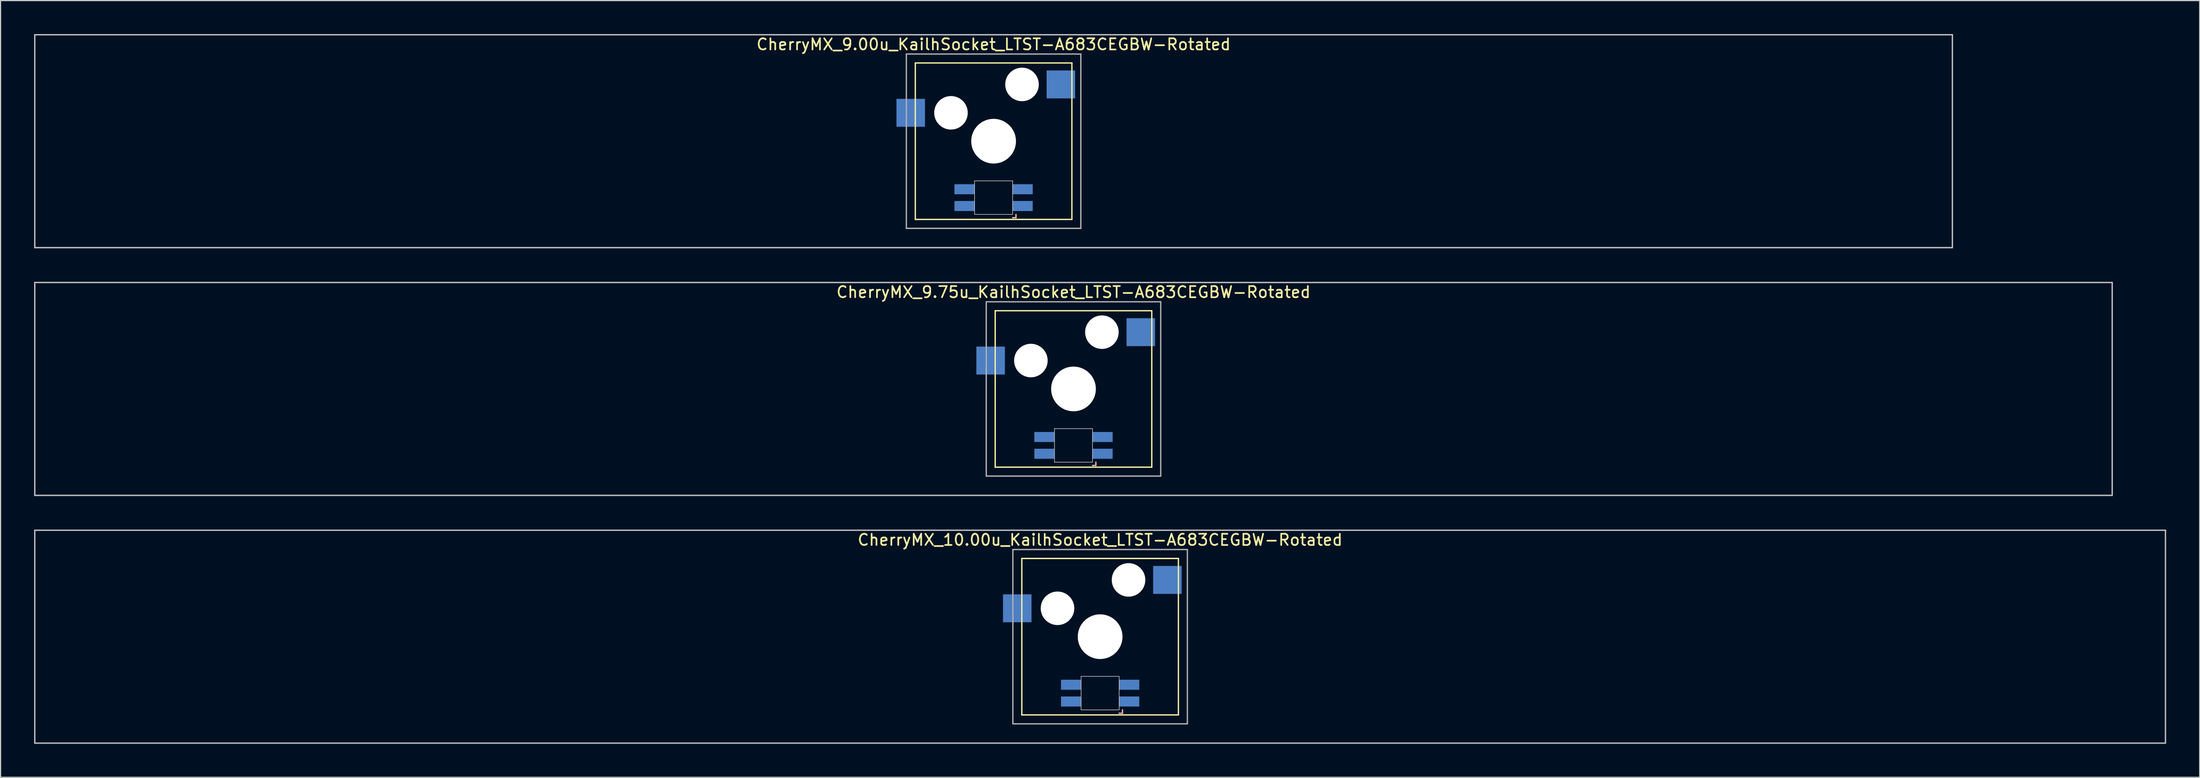
<source format=kicad_pcb>
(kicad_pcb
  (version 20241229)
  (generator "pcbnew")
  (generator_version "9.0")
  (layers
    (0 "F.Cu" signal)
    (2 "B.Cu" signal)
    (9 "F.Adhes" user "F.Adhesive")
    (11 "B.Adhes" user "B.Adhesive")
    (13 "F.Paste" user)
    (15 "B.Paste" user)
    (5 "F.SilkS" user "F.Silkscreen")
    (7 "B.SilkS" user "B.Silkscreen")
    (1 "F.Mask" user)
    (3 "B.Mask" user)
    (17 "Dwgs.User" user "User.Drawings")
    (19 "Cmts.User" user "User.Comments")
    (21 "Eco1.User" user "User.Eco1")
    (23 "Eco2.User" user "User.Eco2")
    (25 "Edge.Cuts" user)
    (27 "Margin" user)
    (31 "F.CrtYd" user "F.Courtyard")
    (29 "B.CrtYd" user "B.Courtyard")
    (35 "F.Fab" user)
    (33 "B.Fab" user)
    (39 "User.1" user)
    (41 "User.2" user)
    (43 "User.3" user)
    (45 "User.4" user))
  (footprint "CherryMX_10.00u_KailhSocket_LTST-A683CEGBW-Rotated"
    (layer "F.Cu")
    (at 95.31 53.925)
    (property "Reference" "CherryMX_10.00u_KailhSocket_LTST-A683CEGBW-Rotated" (at 0 -8.662 0) (layer "F.SilkS") (effects (font (size 1 1) (thickness 0.15))))
    (attr through_hole)
    (fp_line (start -7 -7) (end -7 7) (stroke (width 0.12) (type solid)) (layer "F.SilkS"))
    (fp_line (start -7 -7) (end 7 -7) (stroke (width 0.12) (type solid)) (layer "F.SilkS"))
    (fp_line (start 7 -7) (end 7 7) (stroke (width 0.12) (type solid)) (layer "F.SilkS"))
    (fp_line (start 7 7) (end -7 7) (stroke (width 0.12) (type solid)) (layer "F.SilkS"))
    (fp_line (start 1.7 6.85) (end 2 6.85) (stroke (width 0.12) (type solid)) (layer "B.SilkS"))
    (fp_line (start 2 6.85) (end 2 6.55) (stroke (width 0.12) (type solid)) (layer "B.SilkS"))
    (fp_line (start -95.25 -9.525) (end 95.25 -9.525) (stroke (width 0.12) (type solid)) (layer "Dwgs.User"))
    (fp_line (start -95.25 9.525) (end -95.25 -9.525) (stroke (width 0.12) (type solid)) (layer "Dwgs.User"))
    (fp_line (start 95.25 -9.525) (end 95.25 9.525) (stroke (width 0.12) (type solid)) (layer "Dwgs.User"))
    (fp_line (start 95.25 9.525) (end -95.25 9.525) (stroke (width 0.12) (type solid)) (layer "Dwgs.User"))
    (fp_line (start -1.7 3.55) (end 1.7 3.55) (stroke (width 0.05) (type solid)) (layer "Edge.Cuts"))
    (fp_line (start -1.7 6.55) (end -1.7 3.55) (stroke (width 0.05) (type solid)) (layer "Edge.Cuts"))
    (fp_line (start 1.7 3.55) (end 1.7 6.55) (stroke (width 0.05) (type solid)) (layer "Edge.Cuts"))
    (fp_line (start 1.7 6.55) (end -1.7 6.55) (stroke (width 0.05) (type solid)) (layer "Edge.Cuts"))
    (fp_line (start -7.8 -7.8) (end -7.8 7.8) (stroke (width 0.12) (type solid)) (layer "F.Fab"))
    (fp_line (start -7.8 -7.8) (end 7.8 -7.8) (stroke (width 0.12) (type solid)) (layer "F.Fab"))
    (fp_line (start -7.8 7.8) (end 7.8 7.8) (stroke (width 0.12) (type solid)) (layer "F.Fab"))
    (fp_line (start 7.8 -7.8) (end 7.8 7.8) (stroke (width 0.12) (type solid)) (layer "F.Fab"))
    (pad "" np_thru_hole circle (at -3.81 -2.54) (size 3 3) (drill 3) (layers "*.Cu" "*.Mask"))
    (pad "" np_thru_hole circle (at 0 0) (size 4 4) (drill 4) (layers "*.Cu" "*.Mask"))
    (pad "" np_thru_hole circle (at 2.54 -5.08) (size 3 3) (drill 3) (layers "*.Cu" "*.Mask"))
    (pad "1" smd rect (at -7.41 -2.54) (size 2.55 2.5) (layers "B.Cu" "B.Mask" "B.Paste"))
    (pad "2" smd rect (at 6.015 -5.08) (size 2.55 2.5) (layers "B.Cu" "B.Mask" "B.Paste"))
    (pad "3" smd rect (at 2.6 5.8) (size 1.8 0.9) (layers "B.Cu" "B.Mask" "B.Paste"))
    (pad "4" smd rect (at 2.6 4.3) (size 1.8 0.9) (layers "B.Cu" "B.Mask" "B.Paste"))
    (pad "5" smd rect (at -2.6 5.8) (size 1.8 0.9) (layers "B.Cu" "B.Mask" "B.Paste"))
    (pad "6" smd rect (at -2.6 4.3) (size 1.8 0.9) (layers "B.Cu" "B.Mask" "B.Paste")))
  (footprint "CherryMX_9.00u_KailhSocket_LTST-A683CEGBW-Rotated"
    (layer "F.Cu")
    (at 85.785 9.585)
    (property "Reference" "CherryMX_9.00u_KailhSocket_LTST-A683CEGBW-Rotated" (at 0 -8.662 0) (layer "F.SilkS") (effects (font (size 1 1) (thickness 0.15))))
    (attr through_hole)
    (fp_line (start -7 -7) (end -7 7) (stroke (width 0.12) (type solid)) (layer "F.SilkS"))
    (fp_line (start -7 -7) (end 7 -7) (stroke (width 0.12) (type solid)) (layer "F.SilkS"))
    (fp_line (start 7 -7) (end 7 7) (stroke (width 0.12) (type solid)) (layer "F.SilkS"))
    (fp_line (start 7 7) (end -7 7) (stroke (width 0.12) (type solid)) (layer "F.SilkS"))
    (fp_line (start 1.7 6.85) (end 2 6.85) (stroke (width 0.12) (type solid)) (layer "B.SilkS"))
    (fp_line (start 2 6.85) (end 2 6.55) (stroke (width 0.12) (type solid)) (layer "B.SilkS"))
    (fp_line (start -85.725 -9.525) (end 85.725 -9.525) (stroke (width 0.12) (type solid)) (layer "Dwgs.User"))
    (fp_line (start -85.725 9.525) (end -85.725 -9.525) (stroke (width 0.12) (type solid)) (layer "Dwgs.User"))
    (fp_line (start 85.725 -9.525) (end 85.725 9.525) (stroke (width 0.12) (type solid)) (layer "Dwgs.User"))
    (fp_line (start 85.725 9.525) (end -85.725 9.525) (stroke (width 0.12) (type solid)) (layer "Dwgs.User"))
    (fp_line (start -1.7 3.55) (end 1.7 3.55) (stroke (width 0.05) (type solid)) (layer "Edge.Cuts"))
    (fp_line (start -1.7 6.55) (end -1.7 3.55) (stroke (width 0.05) (type solid)) (layer "Edge.Cuts"))
    (fp_line (start 1.7 3.55) (end 1.7 6.55) (stroke (width 0.05) (type solid)) (layer "Edge.Cuts"))
    (fp_line (start 1.7 6.55) (end -1.7 6.55) (stroke (width 0.05) (type solid)) (layer "Edge.Cuts"))
    (fp_line (start -7.8 -7.8) (end -7.8 7.8) (stroke (width 0.12) (type solid)) (layer "F.Fab"))
    (fp_line (start -7.8 -7.8) (end 7.8 -7.8) (stroke (width 0.12) (type solid)) (layer "F.Fab"))
    (fp_line (start -7.8 7.8) (end 7.8 7.8) (stroke (width 0.12) (type solid)) (layer "F.Fab"))
    (fp_line (start 7.8 -7.8) (end 7.8 7.8) (stroke (width 0.12) (type solid)) (layer "F.Fab"))
    (pad "" np_thru_hole circle (at -3.81 -2.54) (size 3 3) (drill 3) (layers "*.Cu" "*.Mask"))
    (pad "" np_thru_hole circle (at 0 0) (size 4 4) (drill 4) (layers "*.Cu" "*.Mask"))
    (pad "" np_thru_hole circle (at 2.54 -5.08) (size 3 3) (drill 3) (layers "*.Cu" "*.Mask"))
    (pad "1" smd rect (at -7.41 -2.54) (size 2.55 2.5) (layers "B.Cu" "B.Mask" "B.Paste"))
    (pad "2" smd rect (at 6.015 -5.08) (size 2.55 2.5) (layers "B.Cu" "B.Mask" "B.Paste"))
    (pad "3" smd rect (at 2.6 5.8) (size 1.8 0.9) (layers "B.Cu" "B.Mask" "B.Paste"))
    (pad "4" smd rect (at 2.6 4.3) (size 1.8 0.9) (layers "B.Cu" "B.Mask" "B.Paste"))
    (pad "5" smd rect (at -2.6 5.8) (size 1.8 0.9) (layers "B.Cu" "B.Mask" "B.Paste"))
    (pad "6" smd rect (at -2.6 4.3) (size 1.8 0.9) (layers "B.Cu" "B.Mask" "B.Paste")))
  (footprint "CherryMX_9.75u_KailhSocket_LTST-A683CEGBW-Rotated"
    (layer "F.Cu")
    (at 92.929 31.755)
    (property "Reference" "CherryMX_9.75u_KailhSocket_LTST-A683CEGBW-Rotated" (at 0 -8.662 0) (layer "F.SilkS") (effects (font (size 1 1) (thickness 0.15))))
    (attr through_hole)
    (fp_line (start -7 -7) (end -7 7) (stroke (width 0.12) (type solid)) (layer "F.SilkS"))
    (fp_line (start -7 -7) (end 7 -7) (stroke (width 0.12) (type solid)) (layer "F.SilkS"))
    (fp_line (start 7 -7) (end 7 7) (stroke (width 0.12) (type solid)) (layer "F.SilkS"))
    (fp_line (start 7 7) (end -7 7) (stroke (width 0.12) (type solid)) (layer "F.SilkS"))
    (fp_line (start 1.7 6.85) (end 2 6.85) (stroke (width 0.12) (type solid)) (layer "B.SilkS"))
    (fp_line (start 2 6.85) (end 2 6.55) (stroke (width 0.12) (type solid)) (layer "B.SilkS"))
    (fp_line (start -92.869 -9.525) (end 92.869 -9.525) (stroke (width 0.12) (type solid)) (layer "Dwgs.User"))
    (fp_line (start -92.869 9.525) (end -92.869 -9.525) (stroke (width 0.12) (type solid)) (layer "Dwgs.User"))
    (fp_line (start 92.869 -9.525) (end 92.869 9.525) (stroke (width 0.12) (type solid)) (layer "Dwgs.User"))
    (fp_line (start 92.869 9.525) (end -92.869 9.525) (stroke (width 0.12) (type solid)) (layer "Dwgs.User"))
    (fp_line (start -1.7 3.55) (end 1.7 3.55) (stroke (width 0.05) (type solid)) (layer "Edge.Cuts"))
    (fp_line (start -1.7 6.55) (end -1.7 3.55) (stroke (width 0.05) (type solid)) (layer "Edge.Cuts"))
    (fp_line (start 1.7 3.55) (end 1.7 6.55) (stroke (width 0.05) (type solid)) (layer "Edge.Cuts"))
    (fp_line (start 1.7 6.55) (end -1.7 6.55) (stroke (width 0.05) (type solid)) (layer "Edge.Cuts"))
    (fp_line (start -7.8 -7.8) (end -7.8 7.8) (stroke (width 0.12) (type solid)) (layer "F.Fab"))
    (fp_line (start -7.8 -7.8) (end 7.8 -7.8) (stroke (width 0.12) (type solid)) (layer "F.Fab"))
    (fp_line (start -7.8 7.8) (end 7.8 7.8) (stroke (width 0.12) (type solid)) (layer "F.Fab"))
    (fp_line (start 7.8 -7.8) (end 7.8 7.8) (stroke (width 0.12) (type solid)) (layer "F.Fab"))
    (pad "" np_thru_hole circle (at -3.81 -2.54) (size 3 3) (drill 3) (layers "*.Cu" "*.Mask"))
    (pad "" np_thru_hole circle (at 0 0) (size 4 4) (drill 4) (layers "*.Cu" "*.Mask"))
    (pad "" np_thru_hole circle (at 2.54 -5.08) (size 3 3) (drill 3) (layers "*.Cu" "*.Mask"))
    (pad "1" smd rect (at -7.41 -2.54) (size 2.55 2.5) (layers "B.Cu" "B.Mask" "B.Paste"))
    (pad "2" smd rect (at 6.015 -5.08) (size 2.55 2.5) (layers "B.Cu" "B.Mask" "B.Paste"))
    (pad "3" smd rect (at 2.6 5.8) (size 1.8 0.9) (layers "B.Cu" "B.Mask" "B.Paste"))
    (pad "4" smd rect (at 2.6 4.3) (size 1.8 0.9) (layers "B.Cu" "B.Mask" "B.Paste"))
    (pad "5" smd rect (at -2.6 5.8) (size 1.8 0.9) (layers "B.Cu" "B.Mask" "B.Paste"))
    (pad "6" smd rect (at -2.6 4.3) (size 1.8 0.9) (layers "B.Cu" "B.Mask" "B.Paste")))
  (gr_rect
    (start -3 -3)
    (end 193.62 66.51)
    (stroke (width 0.1) (type default))
    (fill no)
    (layer "Edge.Cuts")))
</source>
